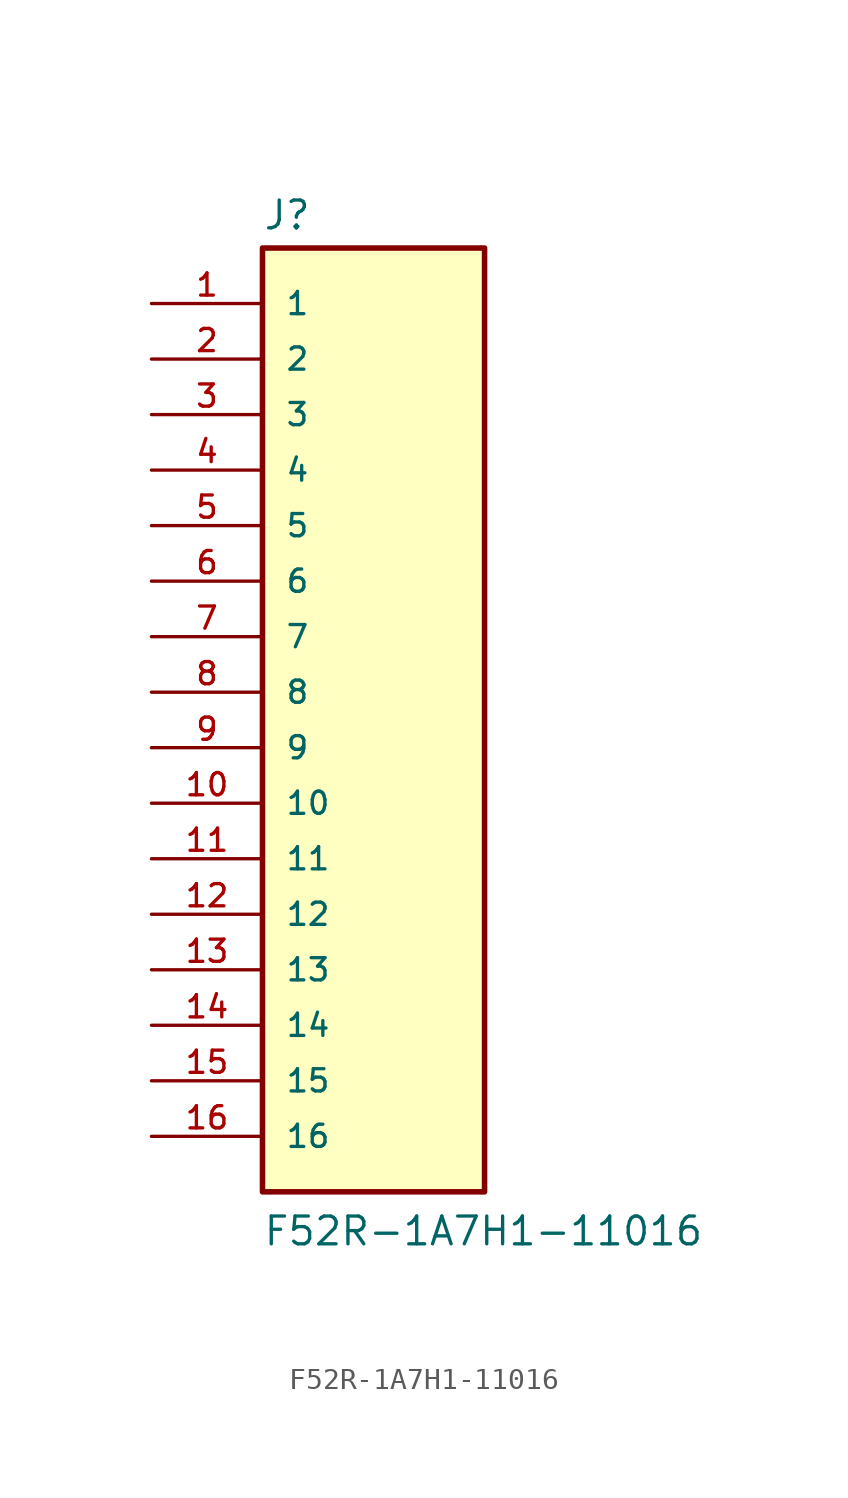
<source format=kicad_sym>
(kicad_symbol_lib
  (version 20211014)
  (generator kicad_symbol_editor)
  (symbol "F52R-1A7H1-11016"
    (pin_names
      (offset 1.016))
    (property "Reference" "J"
      (at -5.08 21.082 0)
      (effects (font (size 1.27 1.27)) (justify bottom left)))
    (property "Value" "F52R-1A7H1-11016"
      (at -5.08 -25.4 0)
      (effects (font (size 1.27 1.27)) (justify bottom left)))
    (symbol "F52R-1A7H1-11016_0_0"
      (rectangle (start -5.08 -22.86) (end 5.08 20.32) (stroke (width 0.254)) (fill (type background)))
      (pin passive line (at -10.16 17.78 0) (length 5.08) (name "1" (effects (font (size 1.016 1.016)))) (number "1" (effects (font (size 1.016 1.016)))))
      (pin passive line (at -10.16 15.24 0) (length 5.08) (name "2" (effects (font (size 1.016 1.016)))) (number "2" (effects (font (size 1.016 1.016)))))
      (pin passive line (at -10.16 12.7 0) (length 5.08) (name "3" (effects (font (size 1.016 1.016)))) (number "3" (effects (font (size 1.016 1.016)))))
      (pin passive line (at -10.16 10.16 0) (length 5.08) (name "4" (effects (font (size 1.016 1.016)))) (number "4" (effects (font (size 1.016 1.016)))))
      (pin passive line (at -10.16 7.62 0) (length 5.08) (name "5" (effects (font (size 1.016 1.016)))) (number "5" (effects (font (size 1.016 1.016)))))
      (pin passive line (at -10.16 5.08 0) (length 5.08) (name "6" (effects (font (size 1.016 1.016)))) (number "6" (effects (font (size 1.016 1.016)))))
      (pin passive line (at -10.16 2.54 0) (length 5.08) (name "7" (effects (font (size 1.016 1.016)))) (number "7" (effects (font (size 1.016 1.016)))))
      (pin passive line (at -10.16 0.0 0) (length 5.08) (name "8" (effects (font (size 1.016 1.016)))) (number "8" (effects (font (size 1.016 1.016)))))
      (pin passive line (at -10.16 -2.54 0) (length 5.08) (name "9" (effects (font (size 1.016 1.016)))) (number "9" (effects (font (size 1.016 1.016)))))
      (pin passive line (at -10.16 -5.08 0) (length 5.08) (name "10" (effects (font (size 1.016 1.016)))) (number "10" (effects (font (size 1.016 1.016)))))
      (pin passive line (at -10.16 -7.62 0) (length 5.08) (name "11" (effects (font (size 1.016 1.016)))) (number "11" (effects (font (size 1.016 1.016)))))
      (pin passive line (at -10.16 -10.16 0) (length 5.08) (name "12" (effects (font (size 1.016 1.016)))) (number "12" (effects (font (size 1.016 1.016)))))
      (pin passive line (at -10.16 -12.7 0) (length 5.08) (name "13" (effects (font (size 1.016 1.016)))) (number "13" (effects (font (size 1.016 1.016)))))
      (pin passive line (at -10.16 -15.24 0) (length 5.08) (name "14" (effects (font (size 1.016 1.016)))) (number "14" (effects (font (size 1.016 1.016)))))
      (pin passive line (at -10.16 -17.78 0) (length 5.08) (name "15" (effects (font (size 1.016 1.016)))) (number "15" (effects (font (size 1.016 1.016)))))
      (pin passive line (at -10.16 -20.32 0) (length 5.08) (name "16" (effects (font (size 1.016 1.016)))) (number "16" (effects (font (size 1.016 1.016))))))))
</source>
